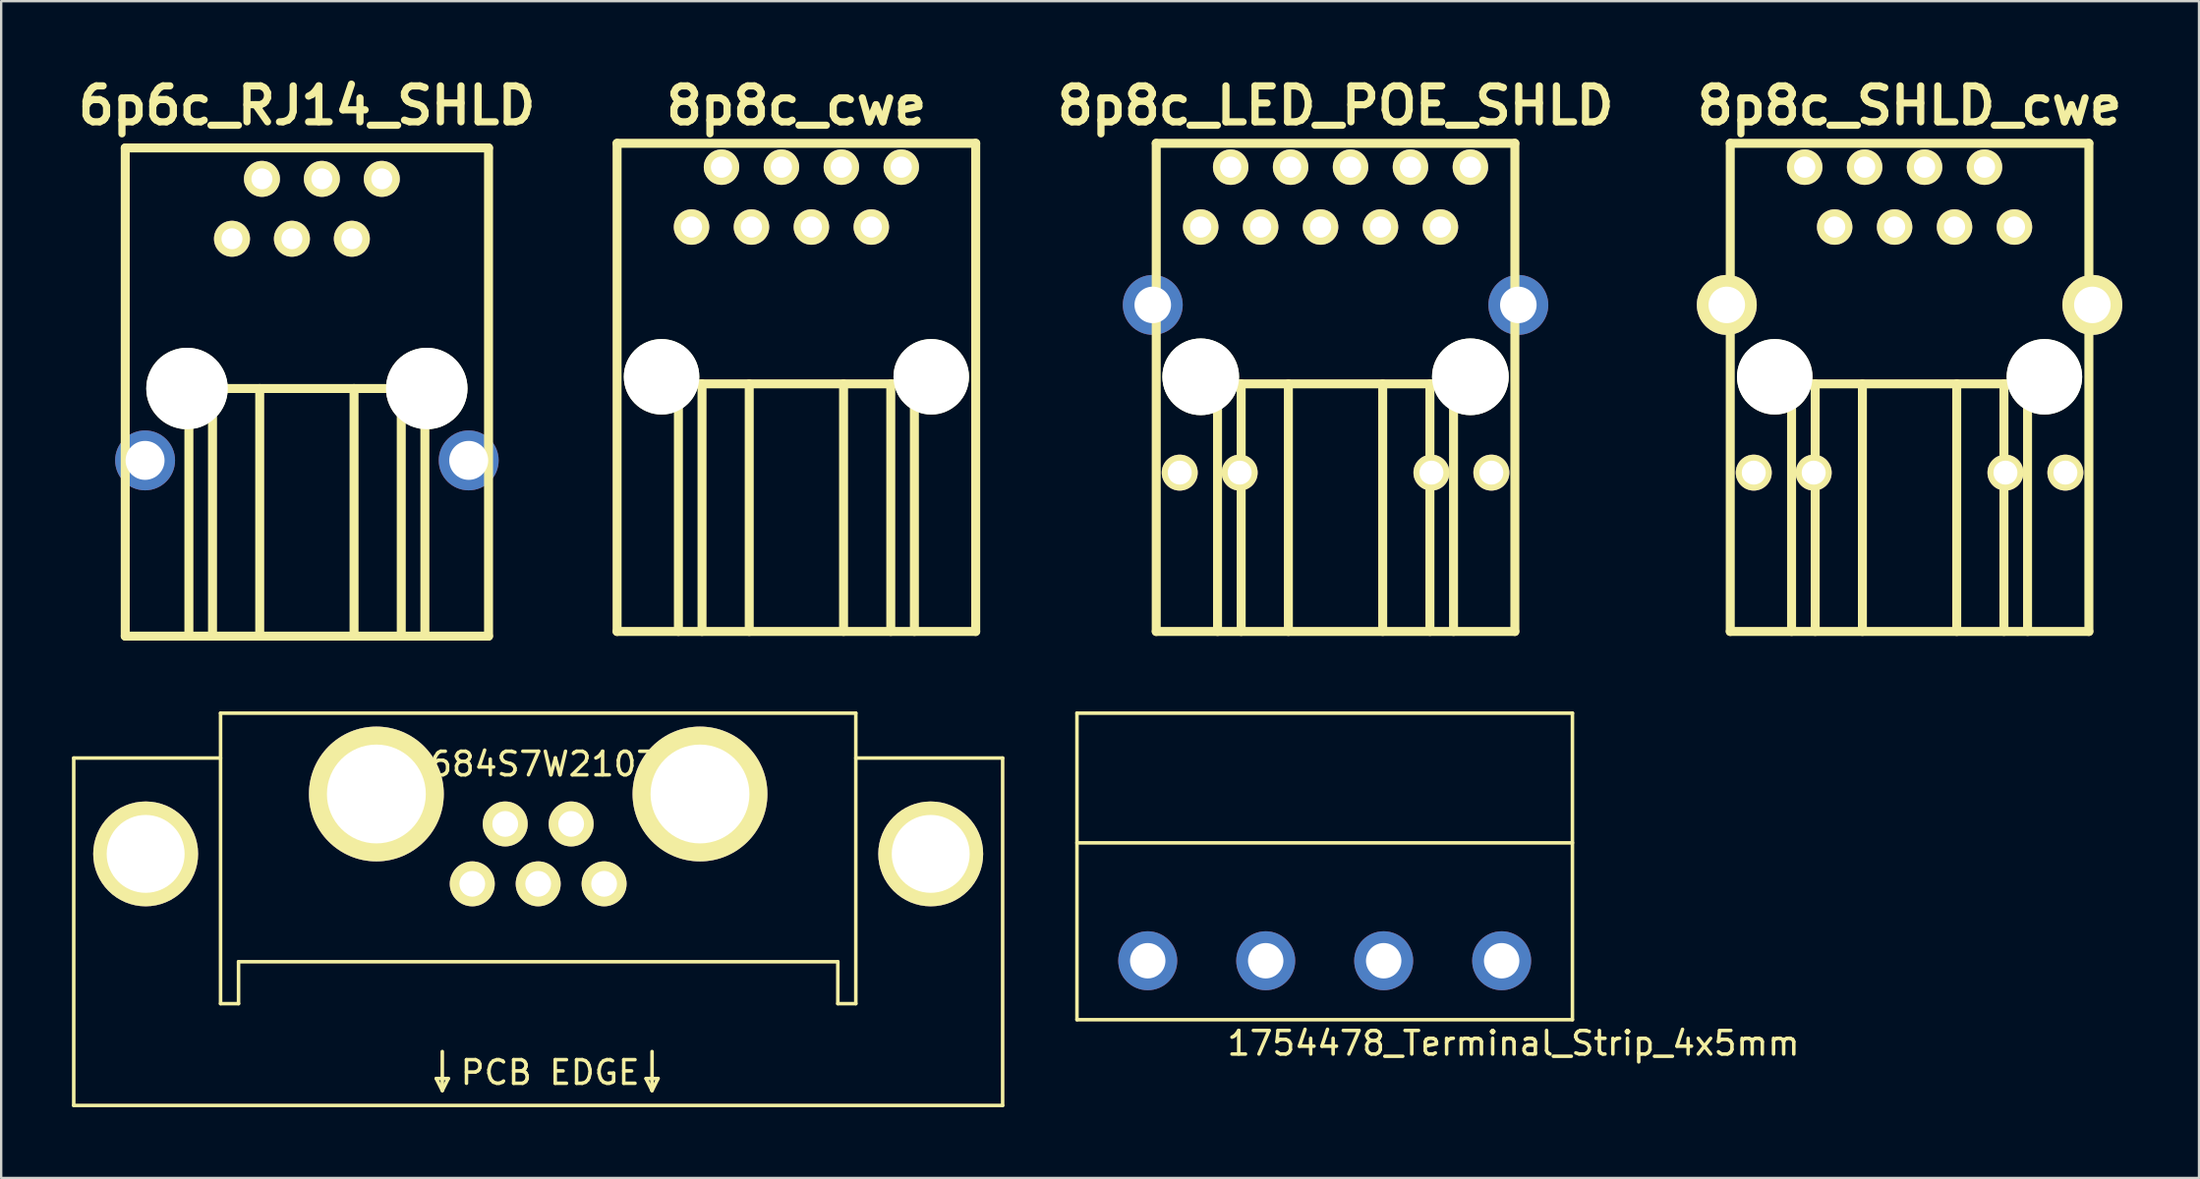
<source format=kicad_pcb>
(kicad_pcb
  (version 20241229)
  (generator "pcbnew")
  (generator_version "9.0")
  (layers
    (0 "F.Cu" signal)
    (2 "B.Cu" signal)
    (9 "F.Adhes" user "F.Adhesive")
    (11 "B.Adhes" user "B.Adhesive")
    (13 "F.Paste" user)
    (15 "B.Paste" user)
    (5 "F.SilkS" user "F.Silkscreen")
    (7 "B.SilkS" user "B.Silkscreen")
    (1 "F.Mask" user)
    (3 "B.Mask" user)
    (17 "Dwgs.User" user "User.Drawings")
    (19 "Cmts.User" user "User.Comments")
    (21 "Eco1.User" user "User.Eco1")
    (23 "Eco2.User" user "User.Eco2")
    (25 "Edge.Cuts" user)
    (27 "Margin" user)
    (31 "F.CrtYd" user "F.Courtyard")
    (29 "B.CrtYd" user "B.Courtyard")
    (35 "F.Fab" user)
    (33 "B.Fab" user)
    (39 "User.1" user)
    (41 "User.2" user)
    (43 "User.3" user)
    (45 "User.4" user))
  (footprint "8p8c_SHLD_cwe"
    (layer "F.Cu")
    (at 77.884 12.928)
    (property "Reference" "8p8c_SHLD_cwe" (at 0 -11.501 0) (layer "F.SilkS") (effects (font (size 1.524 1.524) (thickness 0.305))))
    (attr through_hole)
    (fp_line (start -7.6 -9.901) (end 7.6 -9.901) (stroke (width 0.381) (type solid)) (layer "F.SilkS"))
    (fp_line (start -7.6 10.8) (end -7.6 -9.901) (stroke (width 0.381) (type solid)) (layer "F.SilkS"))
    (fp_line (start -7.6 10.8) (end 7.6 10.8) (stroke (width 0.381) (type solid)) (layer "F.SilkS"))
    (fp_line (start -5.001 0.3) (end -5.001 10.8) (stroke (width 0.381) (type solid)) (layer "F.SilkS"))
    (fp_line (start -5.001 0.3) (end 5.001 0.3) (stroke (width 0.381) (type solid)) (layer "F.SilkS"))
    (fp_line (start -4 10.8) (end -4 0.3) (stroke (width 0.381) (type solid)) (layer "F.SilkS"))
    (fp_line (start -1.999 10.8) (end -1.999 0.3) (stroke (width 0.381) (type solid)) (layer "F.SilkS"))
    (fp_line (start 1.999 10.8) (end 1.999 0.3) (stroke (width 0.381) (type solid)) (layer "F.SilkS"))
    (fp_line (start 4 0.3) (end 4 10.8) (stroke (width 0.381) (type solid)) (layer "F.SilkS"))
    (fp_line (start 5.001 0.3) (end 5.001 10.8) (stroke (width 0.381) (type solid)) (layer "F.SilkS"))
    (fp_line (start 7.6 -9.901) (end 7.6 10.8) (stroke (width 0.381) (type solid)) (layer "F.SilkS"))
    (pad "" np_thru_hole circle (at -5.715 0) (size 3.2 3.2) (drill 3.2) (layers "*.Cu" "*.Mask" "F.SilkS"))
    (pad "" np_thru_hole circle (at 5.715 0) (size 3.2 3.2) (drill 3.2) (layers "*.Cu" "*.Mask" "F.SilkS"))
    (pad "1" thru_hole circle (at -4.445 -8.89) (size 1.501 1.501) (drill 0.899) (layers "*.Cu" "*.Mask" "F.SilkS"))
    (pad "2" thru_hole circle (at -3.175 -6.35) (size 1.501 1.501) (drill 0.899) (layers "*.Cu" "*.Mask" "F.SilkS"))
    (pad "3" thru_hole circle (at -1.905 -8.89) (size 1.501 1.501) (drill 0.899) (layers "*.Cu" "*.Mask" "F.SilkS"))
    (pad "4" thru_hole circle (at -0.635 -6.35) (size 1.501 1.501) (drill 0.899) (layers "*.Cu" "*.Mask" "F.SilkS"))
    (pad "5" thru_hole circle (at 0.635 -8.89) (size 1.501 1.501) (drill 0.899) (layers "*.Cu" "*.Mask" "F.SilkS"))
    (pad "6" thru_hole circle (at 1.905 -6.35) (size 1.501 1.501) (drill 0.899) (layers "*.Cu" "*.Mask" "F.SilkS"))
    (pad "7" thru_hole circle (at 3.175 -8.89) (size 1.501 1.501) (drill 0.899) (layers "*.Cu" "*.Mask" "F.SilkS"))
    (pad "8" thru_hole circle (at 4.445 -6.35) (size 1.501 1.501) (drill 0.899) (layers "*.Cu" "*.Mask" "F.SilkS"))
    (pad "9" thru_hole circle (at -7.747 -3.048) (size 2.54 2.54) (drill 1.549) (layers "*.Cu" "*.Mask" "F.SilkS"))
    (pad "10" thru_hole circle (at 7.747 -3.048) (size 2.54 2.54) (drill 1.549) (layers "*.Cu" "*.Mask" "F.SilkS"))
    (pad "11" thru_hole circle (at -6.604 4.064) (size 1.524 1.524) (drill 1.016) (layers "*.Cu" "*.Mask" "F.SilkS"))
    (pad "12" thru_hole circle (at -4.064 4.064) (size 1.524 1.524) (drill 1.016) (layers "*.Cu" "*.Mask" "F.SilkS"))
    (pad "13" thru_hole circle (at 4.064 4.064) (size 1.524 1.524) (drill 1.016) (layers "*.Cu" "*.Mask" "F.SilkS"))
    (pad "14" thru_hole circle (at 6.604 4.064) (size 1.524 1.524) (drill 1.016) (layers "*.Cu" "*.Mask" "F.SilkS")))
  (footprint "1754478_Terminal_Strip_4x5mm"
    (layer "F.Cu")
    (at 53.095 37.691)
    (property "Reference" "1754478_Terminal_Strip_4x5mm" (at 8 3.5 0) (layer "F.SilkS") (effects (font (size 1 1) (thickness 0.15))))
    (attr through_hole)
    (fp_line (start -10.5 -10.5) (end -10.5 2.5) (stroke (width 0.15) (type solid)) (layer "F.SilkS"))
    (fp_line (start -10.5 -5) (end 10.5 -5) (stroke (width 0.15) (type solid)) (layer "F.SilkS"))
    (fp_line (start -10.5 2.5) (end 10.5 2.5) (stroke (width 0.15) (type solid)) (layer "F.SilkS"))
    (fp_line (start 10.5 -10.5) (end -10.5 -10.5) (stroke (width 0.15) (type solid)) (layer "F.SilkS"))
    (fp_line (start 10.5 2.5) (end 10.5 -10.5) (stroke (width 0.15) (type solid)) (layer "F.SilkS"))
    (pad "1" thru_hole circle (at -7.5 0) (size 2.5 2.5) (drill 1.5) (layers "*.Cu" "*.Mask"))
    (pad "2" thru_hole circle (at -2.5 0) (size 2.5 2.5) (drill 1.5) (layers "*.Cu" "*.Mask"))
    (pad "3" thru_hole circle (at 2.5 0) (size 2.5 2.5) (drill 1.5) (layers "*.Cu" "*.Mask"))
    (pad "4" thru_hole circle (at 7.5 0) (size 2.5 2.5) (drill 1.5) (layers "*.Cu" "*.Mask")))
  (footprint "8p8c_cwe"
    (layer "F.Cu")
    (at 30.704 12.928)
    (property "Reference" "8p8c_cwe" (at 0 -11.501 0) (layer "F.SilkS") (effects (font (size 1.524 1.524) (thickness 0.305))))
    (attr through_hole)
    (fp_line (start -7.6 -9.901) (end 7.6 -9.901) (stroke (width 0.381) (type solid)) (layer "F.SilkS"))
    (fp_line (start -7.6 10.8) (end -7.6 -9.901) (stroke (width 0.381) (type solid)) (layer "F.SilkS"))
    (fp_line (start -7.6 10.8) (end 7.6 10.8) (stroke (width 0.381) (type solid)) (layer "F.SilkS"))
    (fp_line (start -5.001 0.3) (end -5.001 10.8) (stroke (width 0.381) (type solid)) (layer "F.SilkS"))
    (fp_line (start -5.001 0.3) (end 5.001 0.3) (stroke (width 0.381) (type solid)) (layer "F.SilkS"))
    (fp_line (start -4 10.8) (end -4 0.3) (stroke (width 0.381) (type solid)) (layer "F.SilkS"))
    (fp_line (start -1.999 10.8) (end -1.999 0.3) (stroke (width 0.381) (type solid)) (layer "F.SilkS"))
    (fp_line (start 1.999 10.8) (end 1.999 0.3) (stroke (width 0.381) (type solid)) (layer "F.SilkS"))
    (fp_line (start 4 0.3) (end 4 10.8) (stroke (width 0.381) (type solid)) (layer "F.SilkS"))
    (fp_line (start 5.001 0.3) (end 5.001 10.8) (stroke (width 0.381) (type solid)) (layer "F.SilkS"))
    (fp_line (start 7.6 -9.901) (end 7.6 10.8) (stroke (width 0.381) (type solid)) (layer "F.SilkS"))
    (pad "" np_thru_hole circle (at -5.715 0) (size 3.2 3.2) (drill 3.2) (layers "*.Cu" "*.Mask" "F.SilkS"))
    (pad "" np_thru_hole circle (at 5.715 0) (size 3.2 3.2) (drill 3.2) (layers "*.Cu" "*.Mask" "F.SilkS"))
    (pad "1" thru_hole circle (at -4.445 -6.35) (size 1.501 1.501) (drill 0.899) (layers "*.Cu" "*.Mask" "F.SilkS"))
    (pad "2" thru_hole circle (at -3.175 -8.89) (size 1.501 1.501) (drill 0.899) (layers "*.Cu" "*.Mask" "F.SilkS"))
    (pad "3" thru_hole circle (at -1.905 -6.35) (size 1.501 1.501) (drill 0.899) (layers "*.Cu" "*.Mask" "F.SilkS"))
    (pad "4" thru_hole circle (at -0.635 -8.89) (size 1.501 1.501) (drill 0.899) (layers "*.Cu" "*.Mask" "F.SilkS"))
    (pad "5" thru_hole circle (at 0.635 -6.35) (size 1.501 1.501) (drill 0.899) (layers "*.Cu" "*.Mask" "F.SilkS"))
    (pad "6" thru_hole circle (at 1.905 -8.89) (size 1.501 1.501) (drill 0.899) (layers "*.Cu" "*.Mask" "F.SilkS"))
    (pad "7" thru_hole circle (at 3.175 -6.35) (size 1.501 1.501) (drill 0.899) (layers "*.Cu" "*.Mask" "F.SilkS"))
    (pad "8" thru_hole circle (at 4.445 -8.89) (size 1.501 1.501) (drill 0.899) (layers "*.Cu" "*.Mask" "F.SilkS")))
  (footprint "8p8c_LED_POE_SHLD"
    (layer "F.Cu")
    (at 53.555 12.928)
    (property "Reference" "8p8c_LED_POE_SHLD" (at 0 -11.501 0) (layer "F.SilkS") (effects (font (size 1.524 1.524) (thickness 0.305))))
    (attr through_hole)
    (fp_line (start -7.6 -9.901) (end 7.6 -9.901) (stroke (width 0.381) (type solid)) (layer "F.SilkS"))
    (fp_line (start -7.6 10.8) (end -7.6 -9.901) (stroke (width 0.381) (type solid)) (layer "F.SilkS"))
    (fp_line (start -7.6 10.8) (end 7.6 10.8) (stroke (width 0.381) (type solid)) (layer "F.SilkS"))
    (fp_line (start -5.001 0.3) (end -5.001 10.8) (stroke (width 0.381) (type solid)) (layer "F.SilkS"))
    (fp_line (start -5.001 0.3) (end 5.001 0.3) (stroke (width 0.381) (type solid)) (layer "F.SilkS"))
    (fp_line (start -4 10.8) (end -4 0.3) (stroke (width 0.381) (type solid)) (layer "F.SilkS"))
    (fp_line (start -1.999 10.8) (end -1.999 0.3) (stroke (width 0.381) (type solid)) (layer "F.SilkS"))
    (fp_line (start 1.999 10.8) (end 1.999 0.3) (stroke (width 0.381) (type solid)) (layer "F.SilkS"))
    (fp_line (start 4 0.3) (end 4 10.8) (stroke (width 0.381) (type solid)) (layer "F.SilkS"))
    (fp_line (start 5.001 0.3) (end 5.001 10.8) (stroke (width 0.381) (type solid)) (layer "F.SilkS"))
    (fp_line (start 7.6 -9.901) (end 7.6 10.8) (stroke (width 0.381) (type solid)) (layer "F.SilkS"))
    (pad "" np_thru_hole circle (at -5.715 0) (size 3.251 3.251) (drill 3.251) (layers "*.Cu" "*.Mask" "F.SilkS"))
    (pad "" np_thru_hole circle (at 5.715 0) (size 3.251 3.251) (drill 3.251) (layers "*.Cu" "*.Mask" "F.SilkS"))
    (pad "1" thru_hole circle (at -5.715 -6.35) (size 1.501 1.501) (drill 0.899) (layers "*.Cu" "*.Mask" "F.SilkS"))
    (pad "2" thru_hole circle (at -4.445 -8.89) (size 1.501 1.501) (drill 0.899) (layers "*.Cu" "*.Mask" "F.SilkS"))
    (pad "3" thru_hole circle (at -3.175 -6.35) (size 1.501 1.501) (drill 0.899) (layers "*.Cu" "*.Mask" "F.SilkS"))
    (pad "4" thru_hole circle (at -1.905 -8.89) (size 1.501 1.501) (drill 0.899) (layers "*.Cu" "*.Mask" "F.SilkS"))
    (pad "5" thru_hole circle (at -0.635 -6.35) (size 1.501 1.501) (drill 0.899) (layers "*.Cu" "*.Mask" "F.SilkS"))
    (pad "6" thru_hole circle (at 0.635 -8.89) (size 1.501 1.501) (drill 0.899) (layers "*.Cu" "*.Mask" "F.SilkS"))
    (pad "7" thru_hole circle (at 1.905 -6.35) (size 1.501 1.501) (drill 0.899) (layers "*.Cu" "*.Mask" "F.SilkS"))
    (pad "8" thru_hole circle (at 3.175 -8.89) (size 1.501 1.501) (drill 0.899) (layers "*.Cu" "*.Mask" "F.SilkS"))
    (pad "9" thru_hole circle (at 4.445 -6.35) (size 1.501 1.501) (drill 0.899) (layers "*.Cu" "*.Mask" "F.SilkS"))
    (pad "10" thru_hole circle (at 5.715 -8.89) (size 1.501 1.501) (drill 0.899) (layers "*.Cu" "*.Mask" "F.SilkS"))
    (pad "11" thru_hole circle (at -7.747 -3.048) (size 2.54 2.54) (drill 1.549) (layers "*.Cu" "*.Mask"))
    (pad "12" thru_hole circle (at 7.747 -3.048) (size 2.54 2.54) (drill 1.549) (layers "*.Cu" "*.Mask"))
    (pad "13" thru_hole circle (at -6.604 4.064) (size 1.524 1.524) (drill 1.016) (layers "*.Cu" "*.Mask" "F.SilkS"))
    (pad "14" thru_hole circle (at -4.064 4.064) (size 1.524 1.524) (drill 1.016) (layers "*.Cu" "*.Mask" "F.SilkS"))
    (pad "15" thru_hole circle (at 4.064 4.064) (size 1.524 1.524) (drill 1.016) (layers "*.Cu" "*.Mask" "F.SilkS"))
    (pad "16" thru_hole circle (at 6.604 4.064) (size 1.524 1.524) (drill 1.016) (layers "*.Cu" "*.Mask" "F.SilkS")))
  (footprint "6p6c_RJ14_SHLD"
    (layer "F.Cu")
    (at 9.957 13.425)
    (property "Reference" "6p6c_RJ14_SHLD" (at 0 -11.999 0) (layer "F.SilkS") (effects (font (size 1.524 1.524) (thickness 0.305))))
    (attr through_hole)
    (fp_line (start -7.699 -10.201) (end 7.699 -10.201) (stroke (width 0.381) (type solid)) (layer "F.SilkS"))
    (fp_line (start -7.699 10.5) (end -7.699 -10.201) (stroke (width 0.381) (type solid)) (layer "F.SilkS"))
    (fp_line (start -5.001 0) (end -5.001 10.5) (stroke (width 0.381) (type solid)) (layer "F.SilkS"))
    (fp_line (start -5.001 0) (end 5.001 0) (stroke (width 0.381) (type solid)) (layer "F.SilkS"))
    (fp_line (start -4 10.5) (end -4 0) (stroke (width 0.381) (type solid)) (layer "F.SilkS"))
    (fp_line (start -1.999 10.5) (end -1.999 0) (stroke (width 0.381) (type solid)) (layer "F.SilkS"))
    (fp_line (start 1.999 10.5) (end 1.999 0) (stroke (width 0.381) (type solid)) (layer "F.SilkS"))
    (fp_line (start 4 0) (end 4 10.5) (stroke (width 0.381) (type solid)) (layer "F.SilkS"))
    (fp_line (start 5.001 0) (end 5.001 10.5) (stroke (width 0.381) (type solid)) (layer "F.SilkS"))
    (fp_line (start 7.699 -10.201) (end 7.699 10.5) (stroke (width 0.381) (type solid)) (layer "F.SilkS"))
    (fp_line (start 7.699 10.5) (end -7.699 10.5) (stroke (width 0.381) (type solid)) (layer "F.SilkS"))
    (pad "" np_thru_hole circle (at -5.08 0) (size 3.454 3.454) (drill 3.454) (layers "*.Cu" "*.Mask" "F.SilkS"))
    (pad "" np_thru_hole circle (at 5.08 0) (size 3.454 3.454) (drill 3.454) (layers "*.Cu" "*.Mask" "F.SilkS"))
    (pad "1" thru_hole circle (at 3.175 -8.89) (size 1.524 1.524) (drill 0.889) (layers "*.Cu" "*.Mask" "F.SilkS"))
    (pad "2" thru_hole circle (at 1.905 -6.35) (size 1.524 1.524) (drill 0.889) (layers "*.Cu" "*.Mask" "F.SilkS"))
    (pad "3" thru_hole circle (at 0.635 -8.89) (size 1.524 1.524) (drill 0.889) (layers "*.Cu" "*.Mask" "F.SilkS"))
    (pad "4" thru_hole circle (at -0.635 -6.35) (size 1.524 1.524) (drill 0.889) (layers "*.Cu" "*.Mask" "F.SilkS"))
    (pad "5" thru_hole circle (at -1.905 -8.89) (size 1.524 1.524) (drill 0.889) (layers "*.Cu" "*.Mask" "F.SilkS"))
    (pad "6" thru_hole circle (at -3.175 -6.35) (size 1.524 1.524) (drill 0.889) (layers "*.Cu" "*.Mask" "F.SilkS"))
    (pad "7" thru_hole circle (at 6.858 3.048) (size 2.54 2.54) (drill 1.651) (layers "*.Cu" "*.Mask"))
    (pad "8" thru_hole circle (at -6.858 3.048) (size 2.54 2.54) (drill 1.651) (layers "*.Cu" "*.Mask")))
  (footprint "684S7W2103"
    (layer "F.Cu")
    (at 19.76 33.16)
    (property "Reference" "684S7W2103" (at 0.254 -3.81 0) (layer "F.SilkS") (effects (font (size 1 1) (thickness 0.15))))
    (attr through_hole)
    (fp_line (start -19.685 -4.064) (end -19.685 10.668) (stroke (width 0.15) (type solid)) (layer "F.SilkS"))
    (fp_line (start -19.685 -4.064) (end -13.462 -4.064) (stroke (width 0.15) (type solid)) (layer "F.SilkS"))
    (fp_line (start -19.685 10.668) (end 19.685 10.668) (stroke (width 0.15) (type solid)) (layer "F.SilkS"))
    (fp_line (start -13.462 -5.969) (end -13.462 6.35) (stroke (width 0.15) (type solid)) (layer "F.SilkS"))
    (fp_line (start -13.462 6.35) (end -12.7 6.35) (stroke (width 0.15) (type solid)) (layer "F.SilkS"))
    (fp_line (start -12.7 4.572) (end 12.7 4.572) (stroke (width 0.15) (type solid)) (layer "F.SilkS"))
    (fp_line (start -12.7 6.35) (end -12.7 4.572) (stroke (width 0.15) (type solid)) (layer "F.SilkS"))
    (fp_line (start -4.318 9.525) (end -3.81 9.525) (stroke (width 0.15) (type solid)) (layer "F.SilkS"))
    (fp_line (start -4.064 8.382) (end -4.064 10.033) (stroke (width 0.15) (type solid)) (layer "F.SilkS"))
    (fp_line (start -4.064 10.033) (end -4.318 9.525) (stroke (width 0.15) (type solid)) (layer "F.SilkS"))
    (fp_line (start -3.81 9.525) (end -4.064 10.033) (stroke (width 0.15) (type solid)) (layer "F.SilkS"))
    (fp_line (start 4.572 9.525) (end 5.08 9.525) (stroke (width 0.15) (type solid)) (layer "F.SilkS"))
    (fp_line (start 4.826 8.382) (end 4.826 10.033) (stroke (width 0.15) (type solid)) (layer "F.SilkS"))
    (fp_line (start 4.826 10.033) (end 4.572 9.525) (stroke (width 0.15) (type solid)) (layer "F.SilkS"))
    (fp_line (start 5.08 9.525) (end 4.826 10.033) (stroke (width 0.15) (type solid)) (layer "F.SilkS"))
    (fp_line (start 12.7 4.572) (end 12.7 6.35) (stroke (width 0.15) (type solid)) (layer "F.SilkS"))
    (fp_line (start 12.7 6.35) (end 13.462 6.35) (stroke (width 0.15) (type solid)) (layer "F.SilkS"))
    (fp_line (start 13.462 -5.969) (end -13.462 -5.969) (stroke (width 0.15) (type solid)) (layer "F.SilkS"))
    (fp_line (start 13.462 6.35) (end 13.462 -5.969) (stroke (width 0.15) (type solid)) (layer "F.SilkS"))
    (fp_line (start 19.685 -4.064) (end 13.462 -4.064) (stroke (width 0.15) (type solid)) (layer "F.SilkS"))
    (fp_line (start 19.685 10.668) (end 19.685 -4.064) (stroke (width 0.15) (type solid)) (layer "F.SilkS"))
    (fp_text user "PCB EDGE" (at 0.508 9.271 0) (layer "F.SilkS") (effects (font (size 1 1) (thickness 0.15))))
    (pad "" np_thru_hole circle (at -16.637 0) (size 4.445 4.445) (drill 3.302) (layers "*.Cu" "*.Mask" "F.SilkS"))
    (pad "" np_thru_hole circle (at 16.637 0) (size 4.445 4.445) (drill 3.302) (layers "*.Cu" "*.Mask" "F.SilkS"))
    (pad "1" thru_hole circle (at -1.397 -1.27) (size 1.905 1.905) (drill 1.092) (layers "*.Cu" "*.Mask" "F.SilkS"))
    (pad "2" thru_hole circle (at 1.397 -1.27) (size 1.905 1.905) (drill 1.092) (layers "*.Cu" "*.Mask" "F.SilkS"))
    (pad "3" thru_hole circle (at -2.794 1.27) (size 1.905 1.905) (drill 1.092) (layers "*.Cu" "*.Mask" "F.SilkS"))
    (pad "4" thru_hole circle (at 0 1.27) (size 1.905 1.905) (drill 1.092) (layers "*.Cu" "*.Mask" "F.SilkS"))
    (pad "5" thru_hole circle (at 2.794 1.27) (size 1.905 1.905) (drill 1.092) (layers "*.Cu" "*.Mask" "F.SilkS"))
    (pad "A1" thru_hole circle (at -6.858 -2.54) (size 5.715 5.715) (drill 4.191) (layers "*.Cu" "*.Mask" "F.SilkS"))
    (pad "A2" thru_hole circle (at 6.858 -2.54) (size 5.715 5.715) (drill 4.191) (layers "*.Cu" "*.Mask" "F.SilkS")))
  (gr_rect
    (start -3 -3)
    (end 90.151 46.903)
    (stroke (width 0.1) (type default))
    (fill no)
    (layer "Edge.Cuts")))
</source>
